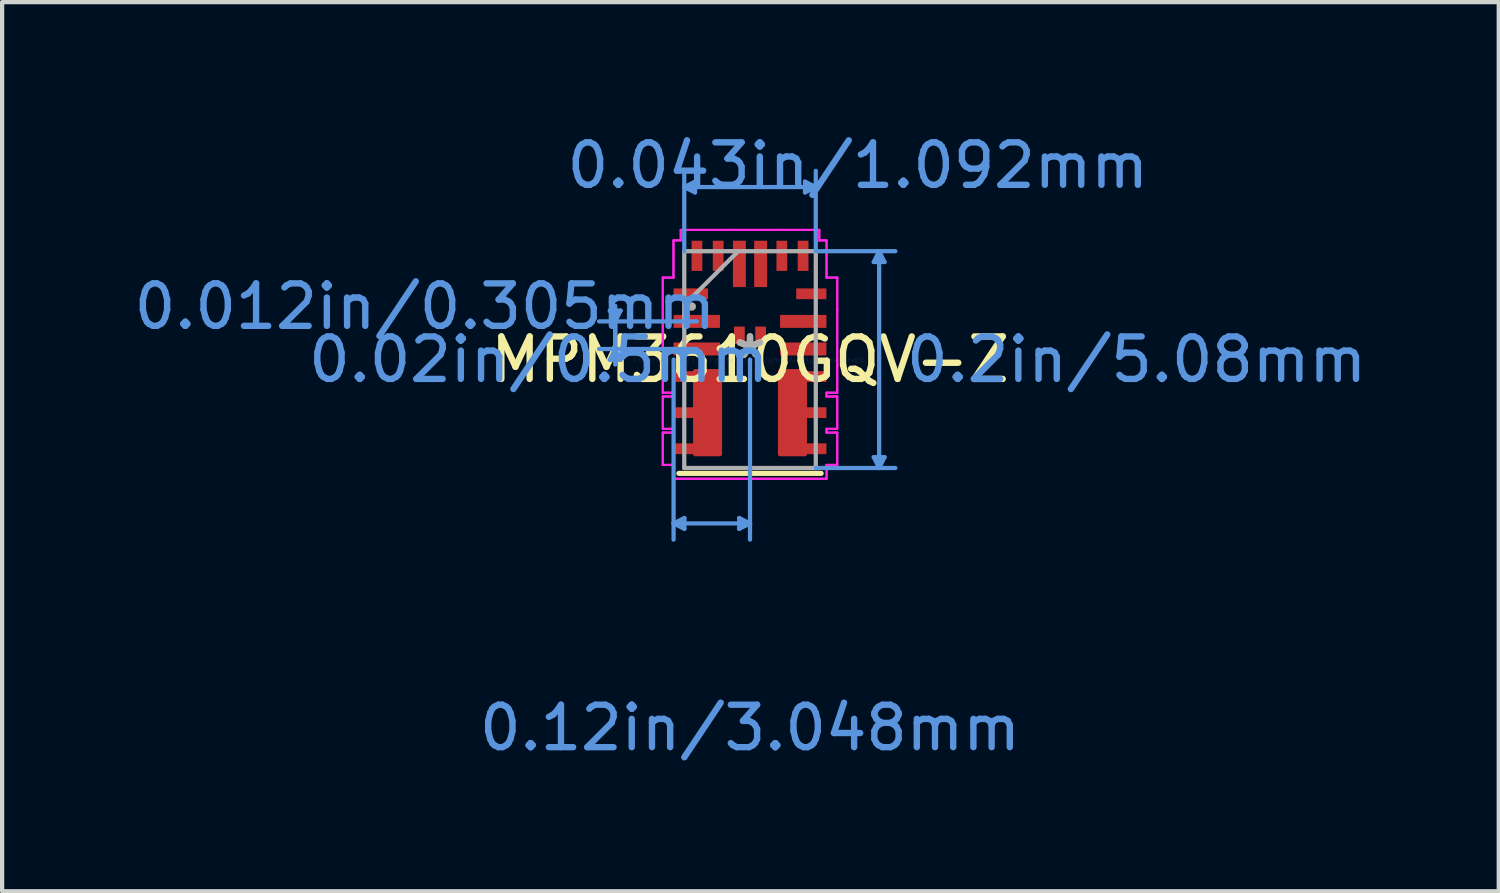
<source format=kicad_pcb>
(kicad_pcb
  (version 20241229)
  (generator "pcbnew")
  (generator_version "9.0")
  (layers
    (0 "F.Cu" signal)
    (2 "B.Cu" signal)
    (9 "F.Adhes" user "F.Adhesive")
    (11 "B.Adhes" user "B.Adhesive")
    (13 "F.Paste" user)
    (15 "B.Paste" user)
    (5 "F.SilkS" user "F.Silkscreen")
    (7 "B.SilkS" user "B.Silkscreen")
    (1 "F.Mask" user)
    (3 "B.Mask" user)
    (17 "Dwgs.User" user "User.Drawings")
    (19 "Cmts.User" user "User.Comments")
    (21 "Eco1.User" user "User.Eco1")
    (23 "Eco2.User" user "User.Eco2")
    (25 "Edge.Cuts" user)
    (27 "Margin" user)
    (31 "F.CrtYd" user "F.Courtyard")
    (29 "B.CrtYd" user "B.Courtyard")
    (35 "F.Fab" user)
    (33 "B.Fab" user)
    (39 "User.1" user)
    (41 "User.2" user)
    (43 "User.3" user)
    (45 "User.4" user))
  (footprint "MPM3610GQV-Z"
    (layer "F.Cu")
    (at 14.616 5.42)
    (property "Reference" "MPM3610GQV-Z" (at 0 0 0) (layer "F.SilkS") (effects (font (size 1 1) (thickness 0.15))))
    (attr through_hole)
    (fp_poly (pts (xy -1.292 0.273) (xy -0.708 0.273) (xy -0.708 2.227) (xy -1.292 2.227)) (stroke (width 0.1) (type solid)) (fill yes) (layer "F.Cu"))
    (fp_poly (pts (xy 1.292 2.227) (xy 0.708 2.227) (xy 0.708 0.273) (xy 1.292 0.273)) (stroke (width 0.1) (type solid)) (fill yes) (layer "F.Cu"))
    (fp_poly (pts (xy -1.292 0.273) (xy -0.708 0.273) (xy -0.708 2.227) (xy -1.292 2.227)) (stroke (width 0.1) (type solid)) (fill yes) (layer "F.Mask"))
    (fp_poly (pts (xy 1.292 2.227) (xy 0.708 2.227) (xy 0.708 0.273) (xy 1.292 0.273)) (stroke (width 0.1) (type solid)) (fill yes) (layer "F.Mask"))
    (fp_line (start 1.676 2.68) (end -1.676 2.68) (stroke (width 0.12) (type solid)) (layer "F.SilkS"))
    (fp_poly (pts (xy -1.292 0.273) (xy -0.708 0.273) (xy -0.708 2.227) (xy -1.292 2.227)) (stroke (width 0.1) (type solid)) (fill yes) (layer "F.Paste"))
    (fp_poly (pts (xy 1.292 2.227) (xy 0.708 2.227) (xy 0.708 0.273) (xy 1.292 0.273)) (stroke (width 0.1) (type solid)) (fill yes) (layer "F.Paste"))
    (fp_line (start -3.302 -1.154) (end -3.175 -0.9) (stroke (width 0.1) (type solid)) (layer "Cmts.User"))
    (fp_line (start -3.302 0.004) (end -3.175 -0.25) (stroke (width 0.1) (type solid)) (layer "Cmts.User"))
    (fp_line (start -3.302 0.004) (end -3.048 0.004) (stroke (width 0.1) (type solid)) (layer "Cmts.User"))
    (fp_line (start -3.175 -1.266) (end -3.175 -0.25) (stroke (width 0.1) (type solid)) (layer "Cmts.User"))
    (fp_line (start -3.175 0.116) (end -3.175 -0.9) (stroke (width 0.1) (type solid)) (layer "Cmts.User"))
    (fp_line (start -3.048 -1.154) (end -3.302 -1.154) (stroke (width 0.1) (type solid)) (layer "Cmts.User"))
    (fp_line (start -3.048 -1.154) (end -3.175 -0.9) (stroke (width 0.1) (type solid)) (layer "Cmts.User"))
    (fp_line (start -3.048 0.004) (end -3.175 -0.25) (stroke (width 0.1) (type solid)) (layer "Cmts.User"))
    (fp_line (start -1.8 3.859) (end -0.000014 3.859) (stroke (width 0.1) (type solid)) (layer "Cmts.User"))
    (fp_line (start -1.8 0) (end -1.8 4.24) (stroke (width 0.1) (type solid)) (layer "Cmts.User"))
    (fp_line (start -1.549 -4.064) (end 1.549 -4.064) (stroke (width 0.1) (type solid)) (layer "Cmts.User"))
    (fp_line (start -1.549 -2.553) (end -1.549 -4.445) (stroke (width 0.1) (type solid)) (layer "Cmts.User"))
    (fp_line (start -1.546 3.986) (end -1.8 3.859) (stroke (width 0.1) (type solid)) (layer "Cmts.User"))
    (fp_line (start -1.546 3.986) (end -1.546 3.732) (stroke (width 0.1) (type solid)) (layer "Cmts.User"))
    (fp_line (start -1.546 3.732) (end -1.8 3.859) (stroke (width 0.1) (type solid)) (layer "Cmts.User"))
    (fp_line (start -1.295 -4.191) (end -1.549 -4.064) (stroke (width 0.1) (type solid)) (layer "Cmts.User"))
    (fp_line (start -1.295 -3.937) (end -1.549 -4.064) (stroke (width 0.1) (type solid)) (layer "Cmts.User"))
    (fp_line (start -1.295 -3.937) (end -1.295 -4.191) (stroke (width 0.1) (type solid)) (layer "Cmts.User"))
    (fp_line (start -1.254 -0.9) (end -3.556 -0.9) (stroke (width 0.1) (type solid)) (layer "Cmts.User"))
    (fp_line (start -1.254 -0.25) (end -3.556 -0.25) (stroke (width 0.1) (type solid)) (layer "Cmts.User"))
    (fp_line (start -0.254 3.732) (end -0.254 3.986) (stroke (width 0.1) (type solid)) (layer "Cmts.User"))
    (fp_line (start -0.254 3.732) (end -0.000014 3.859) (stroke (width 0.1) (type solid)) (layer "Cmts.User"))
    (fp_line (start -0.254 3.986) (end -0.000014 3.859) (stroke (width 0.1) (type solid)) (layer "Cmts.User"))
    (fp_line (start 0 0) (end -0.000016 4.24) (stroke (width 0.1) (type solid)) (layer "Cmts.User"))
    (fp_line (start 1.295 -4.191) (end 1.295 -3.937) (stroke (width 0.1) (type solid)) (layer "Cmts.User"))
    (fp_line (start 1.295 -4.191) (end 1.549 -4.064) (stroke (width 0.1) (type solid)) (layer "Cmts.User"))
    (fp_line (start 1.295 -3.937) (end 1.549 -4.064) (stroke (width 0.1) (type solid)) (layer "Cmts.User"))
    (fp_line (start 1.549 -2.553) (end 1.549 -4.445) (stroke (width 0.1) (type solid)) (layer "Cmts.User"))
    (fp_line (start 1.549 -2.553) (end 3.423 -2.553) (stroke (width 0.1) (type solid)) (layer "Cmts.User"))
    (fp_line (start 1.549 2.553) (end 3.423 2.553) (stroke (width 0.1) (type solid)) (layer "Cmts.User"))
    (fp_line (start 2.915 2.299) (end 3.042 2.553) (stroke (width 0.1) (type solid)) (layer "Cmts.User"))
    (fp_line (start 2.915 -2.299) (end 3.042 -2.553) (stroke (width 0.1) (type solid)) (layer "Cmts.User"))
    (fp_line (start 2.915 -2.299) (end 3.169 -2.299) (stroke (width 0.1) (type solid)) (layer "Cmts.User"))
    (fp_line (start 3.042 -2.553) (end 3.042 2.553) (stroke (width 0.1) (type solid)) (layer "Cmts.User"))
    (fp_line (start 3.169 -2.299) (end 3.042 -2.553) (stroke (width 0.1) (type solid)) (layer "Cmts.User"))
    (fp_line (start 3.169 2.299) (end 2.915 2.299) (stroke (width 0.1) (type solid)) (layer "Cmts.User"))
    (fp_line (start 3.169 2.299) (end 3.042 2.553) (stroke (width 0.1) (type solid)) (layer "Cmts.User"))
    (fp_line (start -2.054 -1.931) (end -2.054 -1.306) (stroke (width 0.05) (type solid)) (layer "F.CrtYd"))
    (fp_line (start -2.054 -1.931) (end -2.054 -1.306) (stroke (width 0.05) (type solid)) (layer "F.CrtYd"))
    (fp_line (start -2.054 -1.306) (end -2.054 -1.306) (stroke (width 0.05) (type solid)) (layer "F.CrtYd"))
    (fp_line (start -2.054 -1.306) (end -2.054 -1.306) (stroke (width 0.05) (type solid)) (layer "F.CrtYd"))
    (fp_line (start -2.054 -1.306) (end -2.054 0.019) (stroke (width 0.05) (type solid)) (layer "F.CrtYd"))
    (fp_line (start -2.054 -1.306) (end -2.054 0.019) (stroke (width 0.05) (type solid)) (layer "F.CrtYd"))
    (fp_line (start -2.054 0.019) (end -2.054 0.019) (stroke (width 0.05) (type solid)) (layer "F.CrtYd"))
    (fp_line (start -2.054 0.019) (end -2.054 0.019) (stroke (width 0.05) (type solid)) (layer "F.CrtYd"))
    (fp_line (start -2.054 0.019) (end -2.054 0.781) (stroke (width 0.05) (type solid)) (layer "F.CrtYd"))
    (fp_line (start -2.054 0.019) (end -2.054 0.781) (stroke (width 0.05) (type solid)) (layer "F.CrtYd"))
    (fp_line (start -2.054 0.781) (end -1.803 0.781) (stroke (width 0.05) (type solid)) (layer "F.CrtYd"))
    (fp_line (start -2.054 0.781) (end -1.803 0.781) (stroke (width 0.05) (type solid)) (layer "F.CrtYd"))
    (fp_line (start -2.054 0.869) (end -2.054 1.631) (stroke (width 0.05) (type solid)) (layer "F.CrtYd"))
    (fp_line (start -2.054 0.869) (end -2.054 1.631) (stroke (width 0.05) (type solid)) (layer "F.CrtYd"))
    (fp_line (start -2.054 1.631) (end -1.803 1.631) (stroke (width 0.05) (type solid)) (layer "F.CrtYd"))
    (fp_line (start -2.054 1.631) (end -1.803 1.631) (stroke (width 0.05) (type solid)) (layer "F.CrtYd"))
    (fp_line (start -2.054 1.719) (end -2.054 2.481) (stroke (width 0.05) (type solid)) (layer "F.CrtYd"))
    (fp_line (start -2.054 1.719) (end -2.054 2.481) (stroke (width 0.05) (type solid)) (layer "F.CrtYd"))
    (fp_line (start -2.054 2.481) (end -1.803 2.481) (stroke (width 0.05) (type solid)) (layer "F.CrtYd"))
    (fp_line (start -2.054 2.481) (end -1.803 2.481) (stroke (width 0.05) (type solid)) (layer "F.CrtYd"))
    (fp_line (start -1.803 -2.807) (end -1.803 -1.931) (stroke (width 0.05) (type solid)) (layer "F.CrtYd"))
    (fp_line (start -1.803 -2.807) (end -1.803 -1.931) (stroke (width 0.05) (type solid)) (layer "F.CrtYd"))
    (fp_line (start -1.803 -1.931) (end -2.054 -1.931) (stroke (width 0.05) (type solid)) (layer "F.CrtYd"))
    (fp_line (start -1.803 -1.931) (end -2.054 -1.931) (stroke (width 0.05) (type solid)) (layer "F.CrtYd"))
    (fp_line (start -1.803 0.781) (end -1.803 0.869) (stroke (width 0.05) (type solid)) (layer "F.CrtYd"))
    (fp_line (start -1.803 0.781) (end -1.803 0.869) (stroke (width 0.05) (type solid)) (layer "F.CrtYd"))
    (fp_line (start -1.803 0.869) (end -2.054 0.869) (stroke (width 0.05) (type solid)) (layer "F.CrtYd"))
    (fp_line (start -1.803 0.869) (end -2.054 0.869) (stroke (width 0.05) (type solid)) (layer "F.CrtYd"))
    (fp_line (start -1.803 1.631) (end -1.803 1.719) (stroke (width 0.05) (type solid)) (layer "F.CrtYd"))
    (fp_line (start -1.803 1.631) (end -1.803 1.719) (stroke (width 0.05) (type solid)) (layer "F.CrtYd"))
    (fp_line (start -1.803 1.719) (end -2.054 1.719) (stroke (width 0.05) (type solid)) (layer "F.CrtYd"))
    (fp_line (start -1.803 1.719) (end -2.054 1.719) (stroke (width 0.05) (type solid)) (layer "F.CrtYd"))
    (fp_line (start -1.803 2.481) (end -1.803 2.807) (stroke (width 0.05) (type solid)) (layer "F.CrtYd"))
    (fp_line (start -1.803 2.481) (end -1.803 2.807) (stroke (width 0.05) (type solid)) (layer "F.CrtYd"))
    (fp_line (start -1.803 2.807) (end 1.803 2.807) (stroke (width 0.05) (type solid)) (layer "F.CrtYd"))
    (fp_line (start -1.803 2.807) (end 1.803 2.807) (stroke (width 0.05) (type solid)) (layer "F.CrtYd"))
    (fp_line (start -1.631 -3.054) (end -1.631 -2.807) (stroke (width 0.05) (type solid)) (layer "F.CrtYd"))
    (fp_line (start -1.631 -3.054) (end -1.631 -2.807) (stroke (width 0.05) (type solid)) (layer "F.CrtYd"))
    (fp_line (start -1.631 -2.807) (end -1.803 -2.807) (stroke (width 0.05) (type solid)) (layer "F.CrtYd"))
    (fp_line (start -1.631 -2.807) (end -1.803 -2.807) (stroke (width 0.05) (type solid)) (layer "F.CrtYd"))
    (fp_line (start -0.369 -3.054) (end -0.369 -3.054) (stroke (width 0.05) (type solid)) (layer "F.CrtYd"))
    (fp_line (start -0.369 -3.054) (end -0.369 -3.054) (stroke (width 0.05) (type solid)) (layer "F.CrtYd"))
    (fp_line (start -0.369 -3.054) (end -1.631 -3.054) (stroke (width 0.05) (type solid)) (layer "F.CrtYd"))
    (fp_line (start -0.369 -3.054) (end -1.631 -3.054) (stroke (width 0.05) (type solid)) (layer "F.CrtYd"))
    (fp_line (start 0.656 -3.054) (end -0.369 -3.054) (stroke (width 0.05) (type solid)) (layer "F.CrtYd"))
    (fp_line (start 0.656 -3.054) (end -0.369 -3.054) (stroke (width 0.05) (type solid)) (layer "F.CrtYd"))
    (fp_line (start 0.656 -3.054) (end 0.656 -3.054) (stroke (width 0.05) (type solid)) (layer "F.CrtYd"))
    (fp_line (start 0.656 -3.054) (end 0.656 -3.054) (stroke (width 0.05) (type solid)) (layer "F.CrtYd"))
    (fp_line (start 1.631 -3.054) (end 0.656 -3.054) (stroke (width 0.05) (type solid)) (layer "F.CrtYd"))
    (fp_line (start 1.631 -3.054) (end 0.656 -3.054) (stroke (width 0.05) (type solid)) (layer "F.CrtYd"))
    (fp_line (start 1.631 -2.807) (end 1.631 -3.054) (stroke (width 0.05) (type solid)) (layer "F.CrtYd"))
    (fp_line (start 1.631 -2.807) (end 1.631 -3.054) (stroke (width 0.05) (type solid)) (layer "F.CrtYd"))
    (fp_line (start 1.803 -2.807) (end 1.631 -2.807) (stroke (width 0.05) (type solid)) (layer "F.CrtYd"))
    (fp_line (start 1.803 -2.807) (end 1.631 -2.807) (stroke (width 0.05) (type solid)) (layer "F.CrtYd"))
    (fp_line (start 1.803 -1.931) (end 1.803 -2.807) (stroke (width 0.05) (type solid)) (layer "F.CrtYd"))
    (fp_line (start 1.803 -1.931) (end 1.803 -2.807) (stroke (width 0.05) (type solid)) (layer "F.CrtYd"))
    (fp_line (start 1.803 0.781) (end 2.054 0.781) (stroke (width 0.05) (type solid)) (layer "F.CrtYd"))
    (fp_line (start 1.803 0.781) (end 2.054 0.781) (stroke (width 0.05) (type solid)) (layer "F.CrtYd"))
    (fp_line (start 1.803 0.869) (end 1.803 0.781) (stroke (width 0.05) (type solid)) (layer "F.CrtYd"))
    (fp_line (start 1.803 0.869) (end 1.803 0.781) (stroke (width 0.05) (type solid)) (layer "F.CrtYd"))
    (fp_line (start 1.803 1.631) (end 2.054 1.631) (stroke (width 0.05) (type solid)) (layer "F.CrtYd"))
    (fp_line (start 1.803 1.631) (end 2.054 1.631) (stroke (width 0.05) (type solid)) (layer "F.CrtYd"))
    (fp_line (start 1.803 1.719) (end 1.803 1.631) (stroke (width 0.05) (type solid)) (layer "F.CrtYd"))
    (fp_line (start 1.803 1.719) (end 1.803 1.631) (stroke (width 0.05) (type solid)) (layer "F.CrtYd"))
    (fp_line (start 1.803 2.481) (end 2.054 2.481) (stroke (width 0.05) (type solid)) (layer "F.CrtYd"))
    (fp_line (start 1.803 2.481) (end 2.054 2.481) (stroke (width 0.05) (type solid)) (layer "F.CrtYd"))
    (fp_line (start 1.803 2.807) (end 1.803 2.481) (stroke (width 0.05) (type solid)) (layer "F.CrtYd"))
    (fp_line (start 1.803 2.807) (end 1.803 2.481) (stroke (width 0.05) (type solid)) (layer "F.CrtYd"))
    (fp_line (start 2.054 -1.931) (end 1.803 -1.931) (stroke (width 0.05) (type solid)) (layer "F.CrtYd"))
    (fp_line (start 2.054 -1.931) (end 1.803 -1.931) (stroke (width 0.05) (type solid)) (layer "F.CrtYd"))
    (fp_line (start 2.054 -1.169) (end 2.054 -1.931) (stroke (width 0.05) (type solid)) (layer "F.CrtYd"))
    (fp_line (start 2.054 -1.169) (end 2.054 -1.931) (stroke (width 0.05) (type solid)) (layer "F.CrtYd"))
    (fp_line (start 2.054 0.156) (end 2.054 0.156) (stroke (width 0.05) (type solid)) (layer "F.CrtYd"))
    (fp_line (start 2.054 0.156) (end 2.054 0.156) (stroke (width 0.05) (type solid)) (layer "F.CrtYd"))
    (fp_line (start 2.054 0.781) (end 2.054 0.156) (stroke (width 0.05) (type solid)) (layer "F.CrtYd"))
    (fp_line (start 2.054 0.781) (end 2.054 0.156) (stroke (width 0.05) (type solid)) (layer "F.CrtYd"))
    (fp_line (start 2.054 0.869) (end 1.803 0.869) (stroke (width 0.05) (type solid)) (layer "F.CrtYd"))
    (fp_line (start 2.054 0.869) (end 1.803 0.869) (stroke (width 0.05) (type solid)) (layer "F.CrtYd"))
    (fp_line (start 2.054 1.631) (end 2.054 0.869) (stroke (width 0.05) (type solid)) (layer "F.CrtYd"))
    (fp_line (start 2.054 1.631) (end 2.054 0.869) (stroke (width 0.05) (type solid)) (layer "F.CrtYd"))
    (fp_line (start 2.054 1.719) (end 1.803 1.719) (stroke (width 0.05) (type solid)) (layer "F.CrtYd"))
    (fp_line (start 2.054 1.719) (end 1.803 1.719) (stroke (width 0.05) (type solid)) (layer "F.CrtYd"))
    (fp_line (start 2.054 2.481) (end 2.054 1.719) (stroke (width 0.05) (type solid)) (layer "F.CrtYd"))
    (fp_line (start 2.054 2.481) (end 2.054 1.719) (stroke (width 0.05) (type solid)) (layer "F.CrtYd"))
    (fp_line (start 2.054 -1.169) (end 2.054 -1.169) (stroke (width 0.05) (type solid)) (layer "F.CrtYd"))
    (fp_line (start 2.054 -1.169) (end 2.054 -1.169) (stroke (width 0.05) (type solid)) (layer "F.CrtYd"))
    (fp_line (start 2.054 0.156) (end 2.054 -1.169) (stroke (width 0.05) (type solid)) (layer "F.CrtYd"))
    (fp_line (start 2.054 0.156) (end 2.054 -1.169) (stroke (width 0.05) (type solid)) (layer "F.CrtYd"))
    (fp_line (start -1.549 -2.553) (end -1.549 2.553) (stroke (width 0.1) (type solid)) (layer "F.Fab"))
    (fp_line (start -1.549 -1.283) (end -0.279 -2.553) (stroke (width 0.1) (type solid)) (layer "F.Fab"))
    (fp_line (start -1.549 2.553) (end 1.549 2.553) (stroke (width 0.1) (type solid)) (layer "F.Fab"))
    (fp_line (start 1.549 -2.553) (end -1.549 -2.553) (stroke (width 0.1) (type solid)) (layer "F.Fab"))
    (fp_line (start 1.549 2.553) (end 1.549 -2.553) (stroke (width 0.1) (type solid)) (layer "F.Fab"))
    (fp_circle (center -1.372 -1.25) (end -1.372 -1.25) (stroke (width 0.1) (type solid)) (fill no) (layer "F.Fab"))
    (fp_text user "*" (at 0 0 0) (layer "F.SilkS") (effects (font (size 1 1) (thickness 0.15))))
    (fp_text user "0.043in/1.092mm" (at 2.54 -4.572 0) (layer "Cmts.User") (effects (font (size 1 1) (thickness 0.15))))
    (fp_text user "0.2in/5.08mm" (at 9.106 0 0) (layer "Cmts.User") (effects (font (size 1 1) (thickness 0.15))))
    (fp_text user "0.02in/0.5mm" (at -4.978 0 0) (layer "Cmts.User") (effects (font (size 1 1) (thickness 0.15))))
    (fp_text user "0.012in/0.305mm" (at -7.658 -1.25 0) (layer "Cmts.User") (effects (font (size 1 1) (thickness 0.15))))
    (fp_text user "Copyright 2021 Accelerated Designs. All rights reserved." (at 0 0 0) (layer "Cmts.User") (effects (font (size 0.127 0.127) (thickness 0.002))))
    (fp_text user "0.12in/3.048mm" (at 0 8.674 0) (layer "Cmts.User") (effects (font (size 1 1) (thickness 0.15))))
    (fp_text user "*" (at 0 0 0) (layer "F.Fab") (effects (font (size 1 1) (thickness 0.15))))
    (pad "1" smd rect (at -1.394 -1.55) (size 0.813 0.254) (layers "F.Cu" "F.Mask" "F.Paste"))
    (pad "2" smd rect (at -1.254 -0.9) (size 1.092 0.305) (layers "F.Cu" "F.Mask" "F.Paste"))
    (pad "3" smd rect (at -1.254 -0.25) (size 1.092 0.305) (layers "F.Cu" "F.Mask" "F.Paste"))
    (pad "4" smd rect (at -1.546 0.4) (size 0.508 0.254) (layers "F.Cu" "F.Mask" "F.Paste"))
    (pad "5" smd rect (at -1.546 1.25) (size 0.508 0.254) (layers "F.Cu" "F.Mask" "F.Paste"))
    (pad "6" smd rect (at -1.546 2.1) (size 0.508 0.254) (layers "F.Cu" "F.Mask" "F.Paste"))
    (pad "7" smd rect (at 1.546 2.1) (size 0.508 0.254) (layers "F.Cu" "F.Mask" "F.Paste"))
    (pad "8" smd rect (at 1.546 1.25) (size 0.508 0.254) (layers "F.Cu" "F.Mask" "F.Paste"))
    (pad "9" smd rect (at 1.546 0.4) (size 0.508 0.254) (layers "F.Cu" "F.Mask" "F.Paste"))
    (pad "10" smd rect (at 1.254 -0.25) (size 1.092 0.305) (layers "F.Cu" "F.Mask" "F.Paste"))
    (pad "11" smd rect (at 1.254 -0.9) (size 1.092 0.305) (layers "F.Cu" "F.Mask" "F.Paste"))
    (pad "12" smd rect (at 1.444 -1.55) (size 0.711 0.254) (layers "F.Cu" "F.Mask" "F.Paste"))
    (pad "13" smd rect (at 1.25 -2.444 90) (size 0.711 0.254) (layers "F.Cu" "F.Mask" "F.Paste"))
    (pad "14" smd rect (at 0.75 -2.444 90) (size 0.711 0.254) (layers "F.Cu" "F.Mask" "F.Paste"))
    (pad "15" smd rect (at 0.25 -2.254 90) (size 1.092 0.305) (layers "F.Cu" "F.Mask" "F.Paste"))
    (pad "16" smd rect (at -0.25 -2.254 90) (size 1.092 0.305) (layers "F.Cu" "F.Mask" "F.Paste"))
    (pad "17" smd rect (at -0.75 -2.444 90) (size 0.711 0.254) (layers "F.Cu" "F.Mask" "F.Paste"))
    (pad "18" smd rect (at -1.25 -2.444 90) (size 0.711 0.254) (layers "F.Cu" "F.Mask" "F.Paste"))
    (pad "19" smd rect (at -0.25 -0.575) (size 0.254 0.406) (layers "F.Cu" "F.Mask" "F.Paste"))
    (pad "20" smd rect (at 0.25 -0.575) (size 0.254 0.406) (layers "F.Cu" "F.Mask" "F.Paste")))
  (gr_rect
    (start -3 -3)
    (end 32.252 17.943)
    (stroke (width 0.1) (type default))
    (fill no)
    (layer "Edge.Cuts")))
</source>
